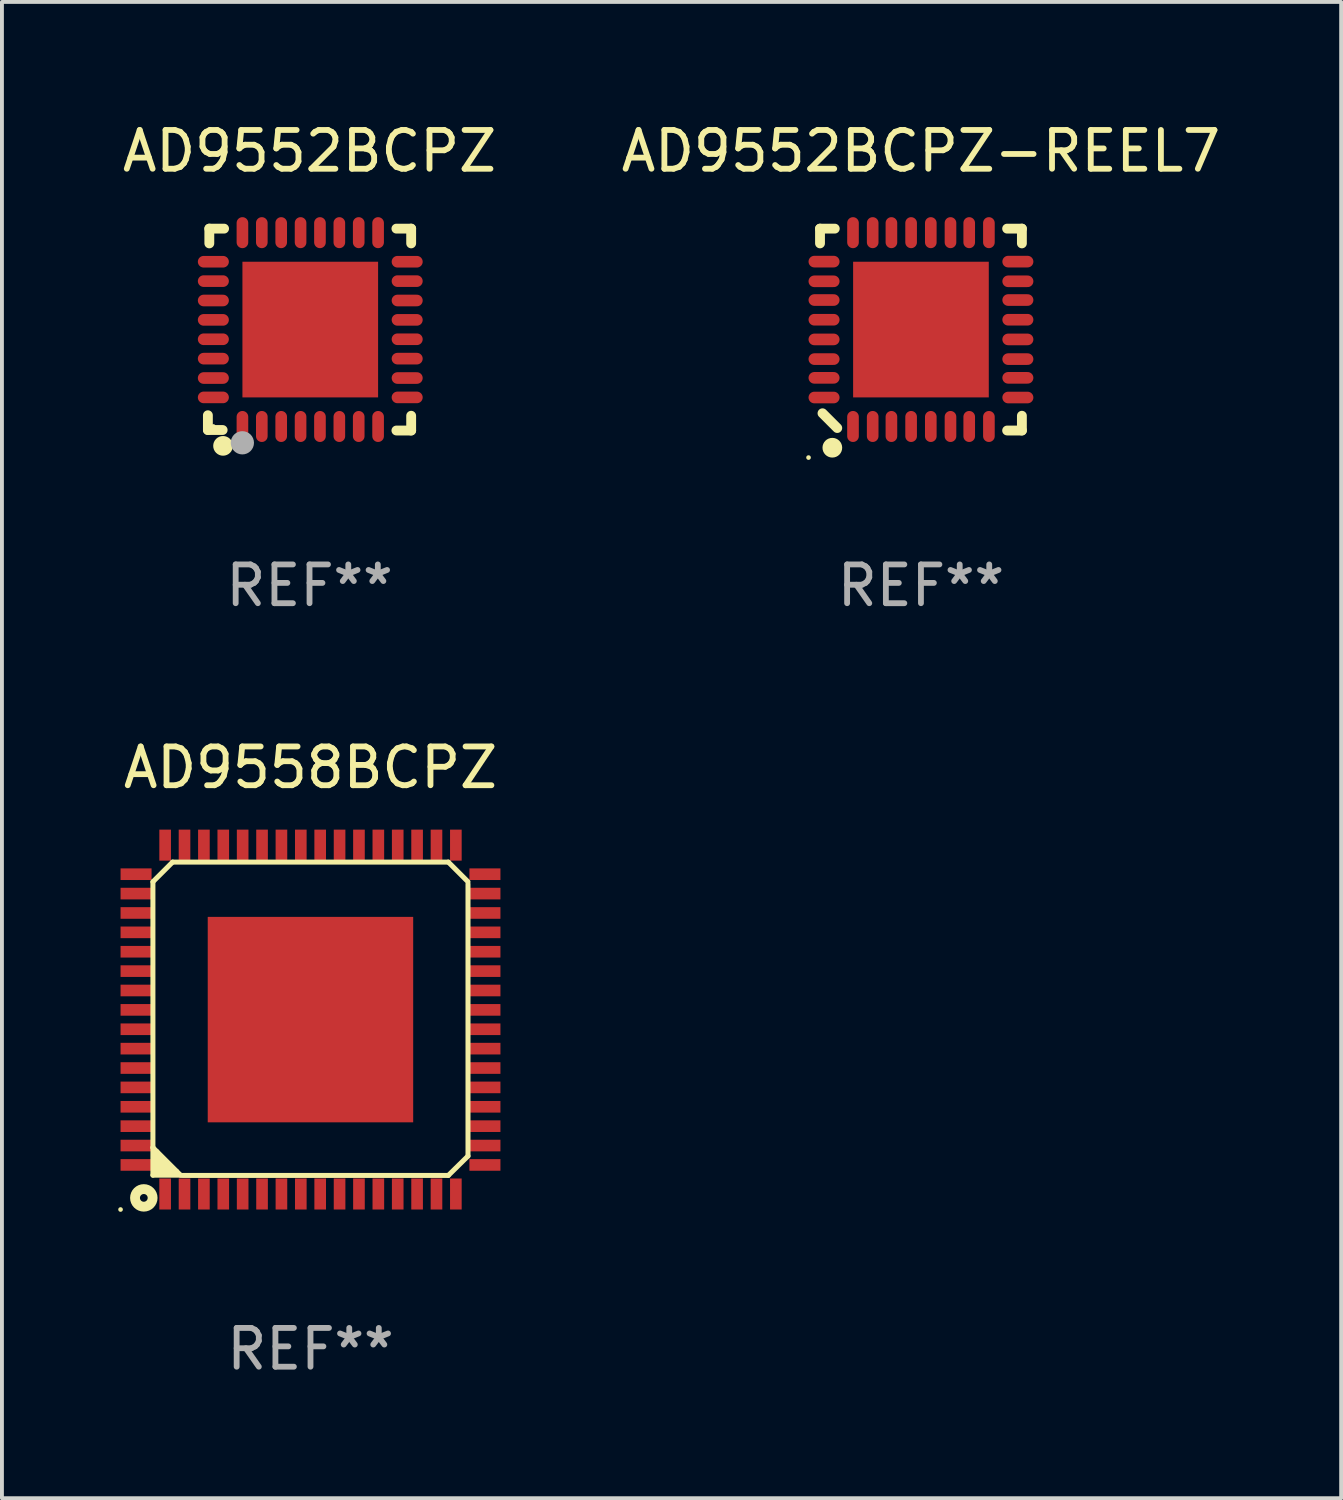
<source format=kicad_pcb>
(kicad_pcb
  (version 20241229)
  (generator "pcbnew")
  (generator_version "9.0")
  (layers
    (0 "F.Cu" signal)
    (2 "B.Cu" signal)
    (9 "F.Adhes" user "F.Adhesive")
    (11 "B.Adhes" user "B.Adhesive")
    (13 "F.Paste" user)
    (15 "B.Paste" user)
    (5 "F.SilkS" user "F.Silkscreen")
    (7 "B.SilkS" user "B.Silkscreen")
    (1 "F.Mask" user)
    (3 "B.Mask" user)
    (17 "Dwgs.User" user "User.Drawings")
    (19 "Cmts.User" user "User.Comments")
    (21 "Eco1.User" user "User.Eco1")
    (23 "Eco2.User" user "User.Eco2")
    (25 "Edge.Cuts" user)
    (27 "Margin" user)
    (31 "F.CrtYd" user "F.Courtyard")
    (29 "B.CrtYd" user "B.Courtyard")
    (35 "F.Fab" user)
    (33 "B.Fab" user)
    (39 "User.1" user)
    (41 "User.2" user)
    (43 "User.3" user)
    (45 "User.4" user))
  (footprint "AD9552BCPZ"
    (layer "F.Cu")
    (at 4.935 5.452)
    (property "Reference" "AD9552BCPZ" (at 0 -4.604 0) (layer "F.SilkS") (effects (font (size 1 1) (thickness 0.15))))
    (attr through_hole)
    (fp_line (start -2.622 2.21) (end -2.622 2.591) (stroke (width 0.254) (type solid)) (layer "F.SilkS"))
    (fp_line (start -2.622 2.591) (end -2.241 2.591) (stroke (width 0.254) (type solid)) (layer "F.SilkS"))
    (fp_line (start -2.585 -2.604) (end -2.585 -2.223) (stroke (width 0.254) (type solid)) (layer "F.SilkS"))
    (fp_line (start -2.204 -2.604) (end -2.585 -2.604) (stroke (width 0.254) (type solid)) (layer "F.SilkS"))
    (fp_line (start 2.241 2.604) (end 2.622 2.604) (stroke (width 0.254) (type solid)) (layer "F.SilkS"))
    (fp_line (start 2.622 -2.604) (end 2.241 -2.604) (stroke (width 0.254) (type solid)) (layer "F.SilkS"))
    (fp_line (start 2.622 -2.223) (end 2.622 -2.604) (stroke (width 0.254) (type solid)) (layer "F.SilkS"))
    (fp_line (start 2.622 2.604) (end 2.622 2.223) (stroke (width 0.254) (type solid)) (layer "F.SilkS"))
    (fp_circle (center -2.481 2.5) (end -2.451 2.5) (stroke (width 0.06) (type solid)) (fill no) (layer "F.SilkS"))
    (fp_circle (center -2.231 3) (end -2.104 3) (stroke (width 0.254) (type solid)) (fill no) (layer "F.SilkS"))
    (fp_circle (center -1.733 2.921) (end -1.583 2.921) (stroke (width 0.3) (type solid)) (fill no) (layer "F.Fab"))
    (fp_text user "REF**" (at 0 6.604 0) (layer "F.Fab") (effects (font (size 1 1) (thickness 0.15))))
    (pad "1" smd oval (at -1.731 2.5 90) (size 0.8 0.3) (layers "F.Cu" "F.Mask" "F.Paste"))
    (pad "2" smd oval (at -1.231 2.5 90) (size 0.8 0.3) (layers "F.Cu" "F.Mask" "F.Paste"))
    (pad "3" smd oval (at -0.731 2.5 90) (size 0.8 0.3) (layers "F.Cu" "F.Mask" "F.Paste"))
    (pad "4" smd oval (at -0.231 2.5 90) (size 0.8 0.3) (layers "F.Cu" "F.Mask" "F.Paste"))
    (pad "5" smd oval (at 0.269 2.5 90) (size 0.8 0.3) (layers "F.Cu" "F.Mask" "F.Paste"))
    (pad "6" smd oval (at 0.769 2.5 90) (size 0.8 0.3) (layers "F.Cu" "F.Mask" "F.Paste"))
    (pad "7" smd oval (at 1.269 2.5 90) (size 0.8 0.3) (layers "F.Cu" "F.Mask" "F.Paste"))
    (pad "8" smd oval (at 1.769 2.5 90) (size 0.8 0.3) (layers "F.Cu" "F.Mask" "F.Paste"))
    (pad "9" smd oval (at 2.519 1.75 180) (size 0.8 0.3) (layers "F.Cu" "F.Mask" "F.Paste"))
    (pad "10" smd oval (at 2.519 1.25 180) (size 0.8 0.3) (layers "F.Cu" "F.Mask" "F.Paste"))
    (pad "11" smd oval (at 2.519 0.75 180) (size 0.8 0.3) (layers "F.Cu" "F.Mask" "F.Paste"))
    (pad "12" smd oval (at 2.519 0.25 180) (size 0.8 0.3) (layers "F.Cu" "F.Mask" "F.Paste"))
    (pad "13" smd oval (at 2.519 -0.25 180) (size 0.8 0.3) (layers "F.Cu" "F.Mask" "F.Paste"))
    (pad "14" smd oval (at 2.519 -0.75 180) (size 0.8 0.3) (layers "F.Cu" "F.Mask" "F.Paste"))
    (pad "15" smd oval (at 2.519 -1.25 180) (size 0.8 0.3) (layers "F.Cu" "F.Mask" "F.Paste"))
    (pad "16" smd oval (at 2.519 -1.75 180) (size 0.8 0.3) (layers "F.Cu" "F.Mask" "F.Paste"))
    (pad "17" smd oval (at 1.769 -2.5 270) (size 0.8 0.3) (layers "F.Cu" "F.Mask" "F.Paste"))
    (pad "18" smd oval (at 1.269 -2.5 270) (size 0.8 0.3) (layers "F.Cu" "F.Mask" "F.Paste"))
    (pad "19" smd oval (at 0.769 -2.5 270) (size 0.8 0.3) (layers "F.Cu" "F.Mask" "F.Paste"))
    (pad "20" smd oval (at 0.269 -2.5 270) (size 0.8 0.3) (layers "F.Cu" "F.Mask" "F.Paste"))
    (pad "21" smd oval (at -0.231 -2.5 270) (size 0.8 0.3) (layers "F.Cu" "F.Mask" "F.Paste"))
    (pad "22" smd oval (at -0.731 -2.5 270) (size 0.8 0.3) (layers "F.Cu" "F.Mask" "F.Paste"))
    (pad "23" smd oval (at -1.231 -2.5 270) (size 0.8 0.3) (layers "F.Cu" "F.Mask" "F.Paste"))
    (pad "24" smd oval (at -1.731 -2.5 270) (size 0.8 0.3) (layers "F.Cu" "F.Mask" "F.Paste"))
    (pad "25" smd oval (at -2.481 -1.75) (size 0.8 0.3) (layers "F.Cu" "F.Mask" "F.Paste"))
    (pad "26" smd oval (at -2.481 -1.25) (size 0.8 0.3) (layers "F.Cu" "F.Mask" "F.Paste"))
    (pad "27" smd oval (at -2.481 -0.75) (size 0.8 0.3) (layers "F.Cu" "F.Mask" "F.Paste"))
    (pad "28" smd oval (at -2.481 -0.25) (size 0.8 0.3) (layers "F.Cu" "F.Mask" "F.Paste"))
    (pad "29" smd oval (at -2.481 0.25) (size 0.8 0.3) (layers "F.Cu" "F.Mask" "F.Paste"))
    (pad "30" smd oval (at -2.481 0.75) (size 0.8 0.3) (layers "F.Cu" "F.Mask" "F.Paste"))
    (pad "31" smd oval (at -2.481 1.25) (size 0.8 0.3) (layers "F.Cu" "F.Mask" "F.Paste"))
    (pad "32" smd oval (at -2.481 1.75) (size 0.8 0.3) (layers "F.Cu" "F.Mask" "F.Paste"))
    (pad "33" smd rect (at 0.019 -0.000025 90) (size 3.5 3.5) (layers "F.Cu" "F.Mask" "F.Paste")))
  (footprint "AD9552BCPZ-REEL7"
    (layer "F.Cu")
    (at 20.708 5.452)
    (property "Reference" "AD9552BCPZ-REEL7" (at 0 -4.604 0) (layer "F.SilkS") (effects (font (size 1 1) (thickness 0.15))))
    (attr through_hole)
    (fp_line (start -2.604 -2.604) (end -2.604 -2.223) (stroke (width 0.254) (type solid)) (layer "F.SilkS"))
    (fp_line (start -2.54 2.159) (end -2.159 2.54) (stroke (width 0.254) (type solid)) (layer "F.SilkS"))
    (fp_line (start -2.223 -2.604) (end -2.604 -2.604) (stroke (width 0.254) (type solid)) (layer "F.SilkS"))
    (fp_line (start 2.223 2.604) (end 2.604 2.604) (stroke (width 0.254) (type solid)) (layer "F.SilkS"))
    (fp_line (start 2.604 -2.604) (end 2.223 -2.604) (stroke (width 0.254) (type solid)) (layer "F.SilkS"))
    (fp_line (start 2.604 -2.223) (end 2.604 -2.604) (stroke (width 0.254) (type solid)) (layer "F.SilkS"))
    (fp_line (start 2.604 2.604) (end 2.604 2.223) (stroke (width 0.254) (type solid)) (layer "F.SilkS"))
    (fp_circle (center -2.9 3.302) (end -2.87 3.302) (stroke (width 0.06) (type solid)) (fill no) (layer "F.SilkS"))
    (fp_circle (center -2.286 3.048) (end -2.159 3.048) (stroke (width 0.254) (type solid)) (fill no) (layer "F.SilkS"))
    (fp_text user "REF**" (at 0 6.604 0) (layer "F.Fab") (effects (font (size 1 1) (thickness 0.15))))
    (pad "1" smd oval (at -1.753 2.5 90) (size 0.8 0.3) (layers "F.Cu" "F.Mask" "F.Paste"))
    (pad "2" smd oval (at -1.245 2.5 90) (size 0.8 0.3) (layers "F.Cu" "F.Mask" "F.Paste"))
    (pad "3" smd oval (at -0.762 2.5 90) (size 0.8 0.3) (layers "F.Cu" "F.Mask" "F.Paste"))
    (pad "4" smd oval (at -0.254 2.5 90) (size 0.8 0.3) (layers "F.Cu" "F.Mask" "F.Paste"))
    (pad "5" smd oval (at 0.254 2.5 90) (size 0.8 0.3) (layers "F.Cu" "F.Mask" "F.Paste"))
    (pad "6" smd oval (at 0.762 2.5 90) (size 0.8 0.3) (layers "F.Cu" "F.Mask" "F.Paste"))
    (pad "7" smd oval (at 1.245 2.5 90) (size 0.8 0.3) (layers "F.Cu" "F.Mask" "F.Paste"))
    (pad "8" smd oval (at 1.753 2.5 90) (size 0.8 0.3) (layers "F.Cu" "F.Mask" "F.Paste"))
    (pad "9" smd oval (at 2.5 1.753 180) (size 0.8 0.3) (layers "F.Cu" "F.Mask" "F.Paste"))
    (pad "10" smd oval (at 2.5 1.245 180) (size 0.8 0.3) (layers "F.Cu" "F.Mask" "F.Paste"))
    (pad "11" smd oval (at 2.5 0.762 180) (size 0.8 0.3) (layers "F.Cu" "F.Mask" "F.Paste"))
    (pad "12" smd oval (at 2.5 0.254 180) (size 0.8 0.3) (layers "F.Cu" "F.Mask" "F.Paste"))
    (pad "13" smd oval (at 2.5 -0.254 180) (size 0.8 0.3) (layers "F.Cu" "F.Mask" "F.Paste"))
    (pad "14" smd oval (at 2.5 -0.762 180) (size 0.8 0.3) (layers "F.Cu" "F.Mask" "F.Paste"))
    (pad "15" smd oval (at 2.5 -1.245 180) (size 0.8 0.3) (layers "F.Cu" "F.Mask" "F.Paste"))
    (pad "16" smd oval (at 2.5 -1.753 180) (size 0.8 0.3) (layers "F.Cu" "F.Mask" "F.Paste"))
    (pad "17" smd oval (at 1.753 -2.5 270) (size 0.8 0.3) (layers "F.Cu" "F.Mask" "F.Paste"))
    (pad "18" smd oval (at 1.245 -2.5 270) (size 0.8 0.3) (layers "F.Cu" "F.Mask" "F.Paste"))
    (pad "19" smd oval (at 0.762 -2.5 270) (size 0.8 0.3) (layers "F.Cu" "F.Mask" "F.Paste"))
    (pad "20" smd oval (at 0.254 -2.5 270) (size 0.8 0.3) (layers "F.Cu" "F.Mask" "F.Paste"))
    (pad "21" smd oval (at -0.254 -2.5 270) (size 0.8 0.3) (layers "F.Cu" "F.Mask" "F.Paste"))
    (pad "22" smd oval (at -0.762 -2.5 270) (size 0.8 0.3) (layers "F.Cu" "F.Mask" "F.Paste"))
    (pad "23" smd oval (at -1.245 -2.5 270) (size 0.8 0.3) (layers "F.Cu" "F.Mask" "F.Paste"))
    (pad "24" smd oval (at -1.753 -2.5 270) (size 0.8 0.3) (layers "F.Cu" "F.Mask" "F.Paste"))
    (pad "25" smd oval (at -2.5 -1.753) (size 0.8 0.3) (layers "F.Cu" "F.Mask" "F.Paste"))
    (pad "26" smd oval (at -2.5 -1.245) (size 0.8 0.3) (layers "F.Cu" "F.Mask" "F.Paste"))
    (pad "27" smd oval (at -2.5 -0.762) (size 0.8 0.3) (layers "F.Cu" "F.Mask" "F.Paste"))
    (pad "28" smd oval (at -2.5 -0.254) (size 0.8 0.3) (layers "F.Cu" "F.Mask" "F.Paste"))
    (pad "29" smd oval (at -2.5 0.254) (size 0.8 0.3) (layers "F.Cu" "F.Mask" "F.Paste"))
    (pad "30" smd oval (at -2.5 0.762) (size 0.8 0.3) (layers "F.Cu" "F.Mask" "F.Paste"))
    (pad "31" smd oval (at -2.5 1.245) (size 0.8 0.3) (layers "F.Cu" "F.Mask" "F.Paste"))
    (pad "32" smd oval (at -2.5 1.753) (size 0.8 0.3) (layers "F.Cu" "F.Mask" "F.Paste"))
    (pad "33" smd rect (at 0 -0.000025 90) (size 3.5 3.5) (layers "F.Cu" "F.Mask" "F.Paste")))
  (footprint "AD9558BCPZ"
    (layer "F.Cu")
    (at 4.96 23.252)
    (property "Reference" "AD9558BCPZ" (at 0 -6.5 0) (layer "F.SilkS") (effects (font (size 1 1) (thickness 0.15))))
    (attr through_hole)
    (fp_line (start -4.065 -3.555) (end -4.065 3.303) (stroke (width 0.129) (type solid)) (layer "F.SilkS"))
    (fp_line (start -4.065 3.303) (end -4.065 4.014) (stroke (width 0.129) (type solid)) (layer "F.SilkS"))
    (fp_line (start -4.065 4.014) (end -3.354 4.014) (stroke (width 0.129) (type solid)) (layer "F.SilkS"))
    (fp_line (start -3.964 3.405) (end -3.964 3.913) (stroke (width 0.129) (type solid)) (layer "F.SilkS"))
    (fp_line (start -3.964 3.506) (end -3.964 3.608) (stroke (width 0.129) (type solid)) (layer "F.SilkS"))
    (fp_line (start -3.964 3.608) (end -3.659 3.913) (stroke (width 0.129) (type solid)) (layer "F.SilkS"))
    (fp_line (start -3.964 3.913) (end -3.456 3.913) (stroke (width 0.129) (type solid)) (layer "F.SilkS"))
    (fp_line (start -3.761 3.913) (end -3.964 3.71) (stroke (width 0.129) (type solid)) (layer "F.SilkS"))
    (fp_line (start -3.659 3.913) (end -3.761 3.913) (stroke (width 0.129) (type solid)) (layer "F.SilkS"))
    (fp_line (start -3.557 -4.063) (end -4.065 -3.555) (stroke (width 0.129) (type solid)) (layer "F.SilkS"))
    (fp_line (start -3.557 3.913) (end -3.964 3.506) (stroke (width 0.129) (type solid)) (layer "F.SilkS"))
    (fp_line (start -3.354 4.014) (end -4.065 3.303) (stroke (width 0.129) (type solid)) (layer "F.SilkS"))
    (fp_line (start -3.303 4.021) (end 3.555 4.021) (stroke (width 0.129) (type solid)) (layer "F.SilkS"))
    (fp_line (start 3.555 -4.063) (end -3.557 -4.063) (stroke (width 0.129) (type solid)) (layer "F.SilkS"))
    (fp_line (start 3.555 4.021) (end 4.063 3.521) (stroke (width 0.129) (type solid)) (layer "F.SilkS"))
    (fp_line (start 4.063 -3.555) (end 3.555 -4.063) (stroke (width 0.129) (type solid)) (layer "F.SilkS"))
    (fp_line (start 4.063 3.521) (end 4.063 -3.499) (stroke (width 0.129) (type solid)) (layer "F.SilkS"))
    (fp_circle (center -4.9 4.9) (end -4.87 4.9) (stroke (width 0.06) (type solid)) (fill no) (layer "F.SilkS"))
    (fp_circle (center -4.3 4.6) (end -4.2 4.6) (stroke (width 0.254) (type solid)) (fill no) (layer "F.SilkS"))
    (fp_text user "REF**" (at 0 8.5 0) (layer "F.Fab") (effects (font (size 1 1) (thickness 0.15))))
    (pad "1" smd rect (at -3.75 4.5) (size 0.3 0.8) (layers "F.Cu" "F.Mask" "F.Paste"))
    (pad "2" smd rect (at -3.25 4.5) (size 0.3 0.8) (layers "F.Cu" "F.Mask" "F.Paste"))
    (pad "3" smd rect (at -2.75 4.5) (size 0.3 0.8) (layers "F.Cu" "F.Mask" "F.Paste"))
    (pad "4" smd rect (at -2.25 4.5) (size 0.3 0.8) (layers "F.Cu" "F.Mask" "F.Paste"))
    (pad "5" smd rect (at -1.75 4.5) (size 0.3 0.8) (layers "F.Cu" "F.Mask" "F.Paste"))
    (pad "6" smd rect (at -1.25 4.5) (size 0.3 0.8) (layers "F.Cu" "F.Mask" "F.Paste"))
    (pad "7" smd rect (at -0.75 4.5) (size 0.3 0.8) (layers "F.Cu" "F.Mask" "F.Paste"))
    (pad "8" smd rect (at -0.25 4.5) (size 0.3 0.8) (layers "F.Cu" "F.Mask" "F.Paste"))
    (pad "9" smd rect (at 0.25 4.5) (size 0.3 0.8) (layers "F.Cu" "F.Mask" "F.Paste"))
    (pad "10" smd rect (at 0.75 4.5) (size 0.3 0.8) (layers "F.Cu" "F.Mask" "F.Paste"))
    (pad "11" smd rect (at 1.25 4.5) (size 0.3 0.8) (layers "F.Cu" "F.Mask" "F.Paste"))
    (pad "12" smd rect (at 1.75 4.5) (size 0.3 0.8) (layers "F.Cu" "F.Mask" "F.Paste"))
    (pad "13" smd rect (at 2.25 4.5) (size 0.3 0.8) (layers "F.Cu" "F.Mask" "F.Paste"))
    (pad "14" smd rect (at 2.75 4.5) (size 0.3 0.8) (layers "F.Cu" "F.Mask" "F.Paste"))
    (pad "15" smd rect (at 3.25 4.5) (size 0.3 0.8) (layers "F.Cu" "F.Mask" "F.Paste"))
    (pad "16" smd rect (at 3.75 4.5) (size 0.3 0.8) (layers "F.Cu" "F.Mask" "F.Paste"))
    (pad "17" smd rect (at 4.5 3.75) (size 0.8 0.3) (layers "F.Cu" "F.Mask" "F.Paste"))
    (pad "18" smd rect (at 4.5 3.25) (size 0.8 0.3) (layers "F.Cu" "F.Mask" "F.Paste"))
    (pad "19" smd rect (at 4.5 2.75) (size 0.8 0.3) (layers "F.Cu" "F.Mask" "F.Paste"))
    (pad "20" smd rect (at 4.5 2.25) (size 0.8 0.3) (layers "F.Cu" "F.Mask" "F.Paste"))
    (pad "21" smd rect (at 4.5 1.75) (size 0.8 0.3) (layers "F.Cu" "F.Mask" "F.Paste"))
    (pad "22" smd rect (at 4.5 1.25) (size 0.8 0.3) (layers "F.Cu" "F.Mask" "F.Paste"))
    (pad "23" smd rect (at 4.5 0.75) (size 0.8 0.3) (layers "F.Cu" "F.Mask" "F.Paste"))
    (pad "24" smd rect (at 4.5 0.25) (size 0.8 0.3) (layers "F.Cu" "F.Mask" "F.Paste"))
    (pad "25" smd rect (at 4.5 -0.25) (size 0.8 0.3) (layers "F.Cu" "F.Mask" "F.Paste"))
    (pad "26" smd rect (at 4.5 -0.75) (size 0.8 0.3) (layers "F.Cu" "F.Mask" "F.Paste"))
    (pad "27" smd rect (at 4.5 -1.25) (size 0.8 0.3) (layers "F.Cu" "F.Mask" "F.Paste"))
    (pad "28" smd rect (at 4.5 -1.75) (size 0.8 0.3) (layers "F.Cu" "F.Mask" "F.Paste"))
    (pad "29" smd rect (at 4.5 -2.25) (size 0.8 0.3) (layers "F.Cu" "F.Mask" "F.Paste"))
    (pad "30" smd rect (at 4.5 -2.75) (size 0.8 0.3) (layers "F.Cu" "F.Mask" "F.Paste"))
    (pad "31" smd rect (at 4.5 -3.25) (size 0.8 0.3) (layers "F.Cu" "F.Mask" "F.Paste"))
    (pad "32" smd rect (at 4.5 -3.75) (size 0.8 0.3) (layers "F.Cu" "F.Mask" "F.Paste"))
    (pad "33" smd rect (at 3.75 -4.5) (size 0.3 0.8) (layers "F.Cu" "F.Mask" "F.Paste"))
    (pad "34" smd rect (at 3.25 -4.5) (size 0.3 0.8) (layers "F.Cu" "F.Mask" "F.Paste"))
    (pad "35" smd rect (at 2.75 -4.5) (size 0.3 0.8) (layers "F.Cu" "F.Mask" "F.Paste"))
    (pad "36" smd rect (at 2.25 -4.5) (size 0.3 0.8) (layers "F.Cu" "F.Mask" "F.Paste"))
    (pad "37" smd rect (at 1.75 -4.5) (size 0.3 0.8) (layers "F.Cu" "F.Mask" "F.Paste"))
    (pad "38" smd rect (at 1.25 -4.5) (size 0.3 0.8) (layers "F.Cu" "F.Mask" "F.Paste"))
    (pad "39" smd rect (at 0.75 -4.5) (size 0.3 0.8) (layers "F.Cu" "F.Mask" "F.Paste"))
    (pad "40" smd rect (at 0.25 -4.5) (size 0.3 0.8) (layers "F.Cu" "F.Mask" "F.Paste"))
    (pad "41" smd rect (at -0.25 -4.5) (size 0.3 0.8) (layers "F.Cu" "F.Mask" "F.Paste"))
    (pad "42" smd rect (at -0.75 -4.5) (size 0.3 0.8) (layers "F.Cu" "F.Mask" "F.Paste"))
    (pad "43" smd rect (at -1.25 -4.5) (size 0.3 0.8) (layers "F.Cu" "F.Mask" "F.Paste"))
    (pad "44" smd rect (at -1.75 -4.5) (size 0.3 0.8) (layers "F.Cu" "F.Mask" "F.Paste"))
    (pad "45" smd rect (at -2.25 -4.5) (size 0.3 0.8) (layers "F.Cu" "F.Mask" "F.Paste"))
    (pad "46" smd rect (at -2.75 -4.5) (size 0.3 0.8) (layers "F.Cu" "F.Mask" "F.Paste"))
    (pad "47" smd rect (at -3.25 -4.5) (size 0.3 0.8) (layers "F.Cu" "F.Mask" "F.Paste"))
    (pad "48" smd rect (at -3.75 -4.5) (size 0.3 0.8) (layers "F.Cu" "F.Mask" "F.Paste"))
    (pad "49" smd rect (at -4.5 -3.75) (size 0.8 0.3) (layers "F.Cu" "F.Mask" "F.Paste"))
    (pad "50" smd rect (at -4.5 -3.25) (size 0.8 0.3) (layers "F.Cu" "F.Mask" "F.Paste"))
    (pad "51" smd rect (at -4.5 -2.75) (size 0.8 0.3) (layers "F.Cu" "F.Mask" "F.Paste"))
    (pad "52" smd rect (at -4.5 -2.25) (size 0.8 0.3) (layers "F.Cu" "F.Mask" "F.Paste"))
    (pad "53" smd rect (at -4.5 -1.75) (size 0.8 0.3) (layers "F.Cu" "F.Mask" "F.Paste"))
    (pad "54" smd rect (at -4.5 -1.25) (size 0.8 0.3) (layers "F.Cu" "F.Mask" "F.Paste"))
    (pad "55" smd rect (at -4.5 -0.75) (size 0.8 0.3) (layers "F.Cu" "F.Mask" "F.Paste"))
    (pad "56" smd rect (at -4.5 -0.25) (size 0.8 0.3) (layers "F.Cu" "F.Mask" "F.Paste"))
    (pad "57" smd rect (at -4.5 0.25) (size 0.8 0.3) (layers "F.Cu" "F.Mask" "F.Paste"))
    (pad "58" smd rect (at -4.5 0.75) (size 0.8 0.3) (layers "F.Cu" "F.Mask" "F.Paste"))
    (pad "59" smd rect (at -4.5 1.25) (size 0.8 0.3) (layers "F.Cu" "F.Mask" "F.Paste"))
    (pad "60" smd rect (at -4.5 1.75) (size 0.8 0.3) (layers "F.Cu" "F.Mask" "F.Paste"))
    (pad "61" smd rect (at -4.5 2.25) (size 0.8 0.3) (layers "F.Cu" "F.Mask" "F.Paste"))
    (pad "62" smd rect (at -4.5 2.75) (size 0.8 0.3) (layers "F.Cu" "F.Mask" "F.Paste"))
    (pad "63" smd rect (at -4.5 3.25) (size 0.8 0.3) (layers "F.Cu" "F.Mask" "F.Paste"))
    (pad "64" smd rect (at -4.5 3.75) (size 0.8 0.3) (layers "F.Cu" "F.Mask" "F.Paste"))
    (pad "65" smd rect (at -0.001 0.001) (size 5.3 5.3) (layers "F.Cu" "F.Mask" "F.Paste")))
  (gr_rect
    (start -3 -3)
    (end 31.548 35.6)
    (stroke (width 0.1) (type default))
    (fill no)
    (layer "Edge.Cuts")))
</source>
